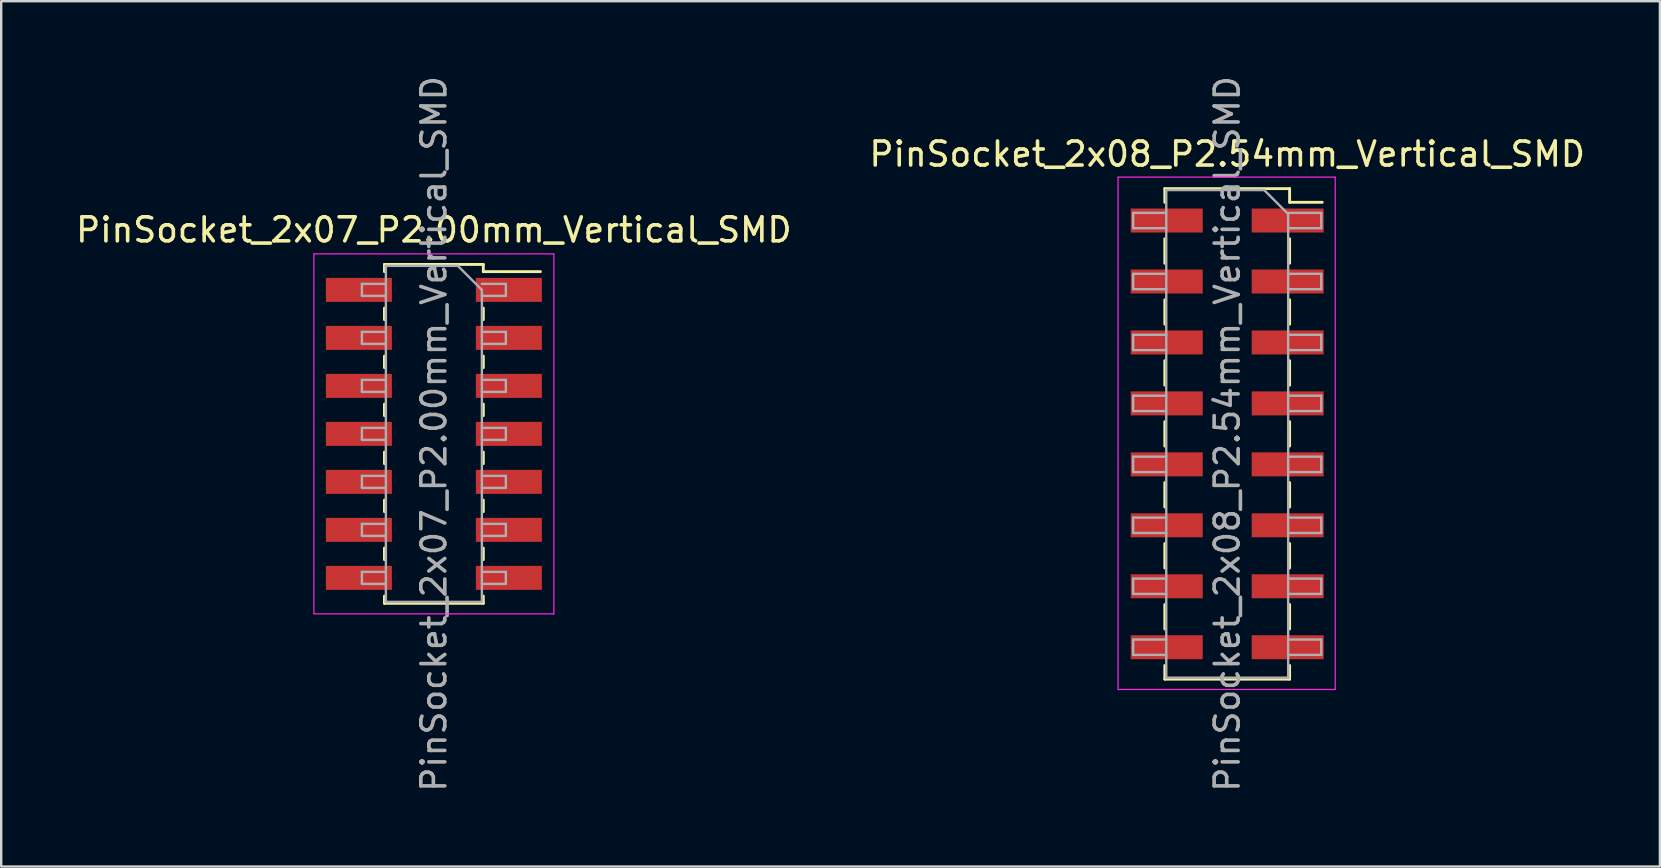
<source format=kicad_pcb>
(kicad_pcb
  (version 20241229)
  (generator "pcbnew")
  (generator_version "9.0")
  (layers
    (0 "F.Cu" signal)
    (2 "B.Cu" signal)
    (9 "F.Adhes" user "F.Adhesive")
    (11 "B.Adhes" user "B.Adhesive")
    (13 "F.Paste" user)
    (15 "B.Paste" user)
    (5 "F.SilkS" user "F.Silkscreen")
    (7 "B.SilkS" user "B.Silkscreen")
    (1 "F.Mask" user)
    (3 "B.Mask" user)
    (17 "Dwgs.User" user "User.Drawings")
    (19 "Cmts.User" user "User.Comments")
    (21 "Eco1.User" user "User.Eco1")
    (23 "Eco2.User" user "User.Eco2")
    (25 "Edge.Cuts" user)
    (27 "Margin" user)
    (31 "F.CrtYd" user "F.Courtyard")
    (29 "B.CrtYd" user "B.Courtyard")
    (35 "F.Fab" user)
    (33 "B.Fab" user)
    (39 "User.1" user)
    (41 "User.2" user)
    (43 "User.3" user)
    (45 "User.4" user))
  (footprint "PinSocket_2x08_P2.54mm_Vertical_SMD"
    (layer "F.Cu")
    (at 48.089 15.03)
    (property "Reference" "PinSocket_2x08_P2.54mm_Vertical_SMD" (at 0 -11.66 0) (layer "F.SilkS") (effects (font (size 1 1) (thickness 0.15))))
    (attr smd)
    (fp_line (start -2.6 -10.22) (end -2.6 -9.65) (stroke (width 0.12) (type solid)) (layer "F.SilkS"))
    (fp_line (start -2.6 -10.22) (end 2.6 -10.22) (stroke (width 0.12) (type solid)) (layer "F.SilkS"))
    (fp_line (start -2.6 -8.13) (end -2.6 -7.11) (stroke (width 0.12) (type solid)) (layer "F.SilkS"))
    (fp_line (start -2.6 -5.59) (end -2.6 -4.57) (stroke (width 0.12) (type solid)) (layer "F.SilkS"))
    (fp_line (start -2.6 -3.05) (end -2.6 -2.03) (stroke (width 0.12) (type solid)) (layer "F.SilkS"))
    (fp_line (start -2.6 -0.51) (end -2.6 0.51) (stroke (width 0.12) (type solid)) (layer "F.SilkS"))
    (fp_line (start -2.6 2.03) (end -2.6 3.05) (stroke (width 0.12) (type solid)) (layer "F.SilkS"))
    (fp_line (start -2.6 4.57) (end -2.6 5.59) (stroke (width 0.12) (type solid)) (layer "F.SilkS"))
    (fp_line (start -2.6 7.11) (end -2.6 8.13) (stroke (width 0.12) (type solid)) (layer "F.SilkS"))
    (fp_line (start -2.6 9.65) (end -2.6 10.22) (stroke (width 0.12) (type solid)) (layer "F.SilkS"))
    (fp_line (start -2.6 10.22) (end 2.6 10.22) (stroke (width 0.12) (type solid)) (layer "F.SilkS"))
    (fp_line (start 2.6 -10.22) (end 2.6 -9.65) (stroke (width 0.12) (type solid)) (layer "F.SilkS"))
    (fp_line (start 2.6 -9.65) (end 3.96 -9.65) (stroke (width 0.12) (type solid)) (layer "F.SilkS"))
    (fp_line (start 2.6 -8.13) (end 2.6 -7.11) (stroke (width 0.12) (type solid)) (layer "F.SilkS"))
    (fp_line (start 2.6 -5.59) (end 2.6 -4.57) (stroke (width 0.12) (type solid)) (layer "F.SilkS"))
    (fp_line (start 2.6 -3.05) (end 2.6 -2.03) (stroke (width 0.12) (type solid)) (layer "F.SilkS"))
    (fp_line (start 2.6 -0.51) (end 2.6 0.51) (stroke (width 0.12) (type solid)) (layer "F.SilkS"))
    (fp_line (start 2.6 2.03) (end 2.6 3.05) (stroke (width 0.12) (type solid)) (layer "F.SilkS"))
    (fp_line (start 2.6 4.57) (end 2.6 5.59) (stroke (width 0.12) (type solid)) (layer "F.SilkS"))
    (fp_line (start 2.6 7.11) (end 2.6 8.13) (stroke (width 0.12) (type solid)) (layer "F.SilkS"))
    (fp_line (start 2.6 9.65) (end 2.6 10.22) (stroke (width 0.12) (type solid)) (layer "F.SilkS"))
    (fp_line (start -4.55 -10.7) (end 4.5 -10.7) (stroke (width 0.05) (type solid)) (layer "F.CrtYd"))
    (fp_line (start -4.55 10.65) (end -4.55 -10.7) (stroke (width 0.05) (type solid)) (layer "F.CrtYd"))
    (fp_line (start 4.5 -10.7) (end 4.5 10.65) (stroke (width 0.05) (type solid)) (layer "F.CrtYd"))
    (fp_line (start 4.5 10.65) (end -4.55 10.65) (stroke (width 0.05) (type solid)) (layer "F.CrtYd"))
    (fp_line (start -3.92 -9.21) (end -2.54 -9.21) (stroke (width 0.1) (type solid)) (layer "F.Fab"))
    (fp_line (start -3.92 -8.57) (end -3.92 -9.21) (stroke (width 0.1) (type solid)) (layer "F.Fab"))
    (fp_line (start -3.92 -6.67) (end -2.54 -6.67) (stroke (width 0.1) (type solid)) (layer "F.Fab"))
    (fp_line (start -3.92 -6.03) (end -3.92 -6.67) (stroke (width 0.1) (type solid)) (layer "F.Fab"))
    (fp_line (start -3.92 -4.13) (end -2.54 -4.13) (stroke (width 0.1) (type solid)) (layer "F.Fab"))
    (fp_line (start -3.92 -3.49) (end -3.92 -4.13) (stroke (width 0.1) (type solid)) (layer "F.Fab"))
    (fp_line (start -3.92 -1.59) (end -2.54 -1.59) (stroke (width 0.1) (type solid)) (layer "F.Fab"))
    (fp_line (start -3.92 -0.95) (end -3.92 -1.59) (stroke (width 0.1) (type solid)) (layer "F.Fab"))
    (fp_line (start -3.92 0.95) (end -2.54 0.95) (stroke (width 0.1) (type solid)) (layer "F.Fab"))
    (fp_line (start -3.92 1.59) (end -3.92 0.95) (stroke (width 0.1) (type solid)) (layer "F.Fab"))
    (fp_line (start -3.92 3.49) (end -2.54 3.49) (stroke (width 0.1) (type solid)) (layer "F.Fab"))
    (fp_line (start -3.92 4.13) (end -3.92 3.49) (stroke (width 0.1) (type solid)) (layer "F.Fab"))
    (fp_line (start -3.92 6.03) (end -2.54 6.03) (stroke (width 0.1) (type solid)) (layer "F.Fab"))
    (fp_line (start -3.92 6.67) (end -3.92 6.03) (stroke (width 0.1) (type solid)) (layer "F.Fab"))
    (fp_line (start -3.92 8.57) (end -2.54 8.57) (stroke (width 0.1) (type solid)) (layer "F.Fab"))
    (fp_line (start -3.92 9.21) (end -3.92 8.57) (stroke (width 0.1) (type solid)) (layer "F.Fab"))
    (fp_line (start -2.54 -10.16) (end 1.54 -10.16) (stroke (width 0.1) (type solid)) (layer "F.Fab"))
    (fp_line (start -2.54 -8.57) (end -3.92 -8.57) (stroke (width 0.1) (type solid)) (layer "F.Fab"))
    (fp_line (start -2.54 -6.03) (end -3.92 -6.03) (stroke (width 0.1) (type solid)) (layer "F.Fab"))
    (fp_line (start -2.54 -3.49) (end -3.92 -3.49) (stroke (width 0.1) (type solid)) (layer "F.Fab"))
    (fp_line (start -2.54 -0.95) (end -3.92 -0.95) (stroke (width 0.1) (type solid)) (layer "F.Fab"))
    (fp_line (start -2.54 1.59) (end -3.92 1.59) (stroke (width 0.1) (type solid)) (layer "F.Fab"))
    (fp_line (start -2.54 4.13) (end -3.92 4.13) (stroke (width 0.1) (type solid)) (layer "F.Fab"))
    (fp_line (start -2.54 6.67) (end -3.92 6.67) (stroke (width 0.1) (type solid)) (layer "F.Fab"))
    (fp_line (start -2.54 9.21) (end -3.92 9.21) (stroke (width 0.1) (type solid)) (layer "F.Fab"))
    (fp_line (start -2.54 10.16) (end -2.54 -10.16) (stroke (width 0.1) (type solid)) (layer "F.Fab"))
    (fp_line (start 1.54 -10.16) (end 2.54 -9.16) (stroke (width 0.1) (type solid)) (layer "F.Fab"))
    (fp_line (start 2.54 -9.21) (end 3.92 -9.21) (stroke (width 0.1) (type solid)) (layer "F.Fab"))
    (fp_line (start 2.54 -9.16) (end 2.54 10.16) (stroke (width 0.1) (type solid)) (layer "F.Fab"))
    (fp_line (start 2.54 -6.67) (end 3.92 -6.67) (stroke (width 0.1) (type solid)) (layer "F.Fab"))
    (fp_line (start 2.54 -4.13) (end 3.92 -4.13) (stroke (width 0.1) (type solid)) (layer "F.Fab"))
    (fp_line (start 2.54 -1.59) (end 3.92 -1.59) (stroke (width 0.1) (type solid)) (layer "F.Fab"))
    (fp_line (start 2.54 0.95) (end 3.92 0.95) (stroke (width 0.1) (type solid)) (layer "F.Fab"))
    (fp_line (start 2.54 3.49) (end 3.92 3.49) (stroke (width 0.1) (type solid)) (layer "F.Fab"))
    (fp_line (start 2.54 6.03) (end 3.92 6.03) (stroke (width 0.1) (type solid)) (layer "F.Fab"))
    (fp_line (start 2.54 8.57) (end 3.92 8.57) (stroke (width 0.1) (type solid)) (layer "F.Fab"))
    (fp_line (start 2.54 10.16) (end -2.54 10.16) (stroke (width 0.1) (type solid)) (layer "F.Fab"))
    (fp_line (start 3.92 -9.21) (end 3.92 -8.57) (stroke (width 0.1) (type solid)) (layer "F.Fab"))
    (fp_line (start 3.92 -8.57) (end 2.54 -8.57) (stroke (width 0.1) (type solid)) (layer "F.Fab"))
    (fp_line (start 3.92 -6.67) (end 3.92 -6.03) (stroke (width 0.1) (type solid)) (layer "F.Fab"))
    (fp_line (start 3.92 -6.03) (end 2.54 -6.03) (stroke (width 0.1) (type solid)) (layer "F.Fab"))
    (fp_line (start 3.92 -4.13) (end 3.92 -3.49) (stroke (width 0.1) (type solid)) (layer "F.Fab"))
    (fp_line (start 3.92 -3.49) (end 2.54 -3.49) (stroke (width 0.1) (type solid)) (layer "F.Fab"))
    (fp_line (start 3.92 -1.59) (end 3.92 -0.95) (stroke (width 0.1) (type solid)) (layer "F.Fab"))
    (fp_line (start 3.92 -0.95) (end 2.54 -0.95) (stroke (width 0.1) (type solid)) (layer "F.Fab"))
    (fp_line (start 3.92 0.95) (end 3.92 1.59) (stroke (width 0.1) (type solid)) (layer "F.Fab"))
    (fp_line (start 3.92 1.59) (end 2.54 1.59) (stroke (width 0.1) (type solid)) (layer "F.Fab"))
    (fp_line (start 3.92 3.49) (end 3.92 4.13) (stroke (width 0.1) (type solid)) (layer "F.Fab"))
    (fp_line (start 3.92 4.13) (end 2.54 4.13) (stroke (width 0.1) (type solid)) (layer "F.Fab"))
    (fp_line (start 3.92 6.03) (end 3.92 6.67) (stroke (width 0.1) (type solid)) (layer "F.Fab"))
    (fp_line (start 3.92 6.67) (end 2.54 6.67) (stroke (width 0.1) (type solid)) (layer "F.Fab"))
    (fp_line (start 3.92 8.57) (end 3.92 9.21) (stroke (width 0.1) (type solid)) (layer "F.Fab"))
    (fp_line (start 3.92 9.21) (end 2.54 9.21) (stroke (width 0.1) (type solid)) (layer "F.Fab"))
    (fp_text user "${REFERENCE}" (at 0 0 90) (layer "F.Fab") (effects (font (size 1 1) (thickness 0.15))))
    (pad "1" smd rect (at 2.52 -8.89) (size 3 1) (layers "F.Cu" "F.Mask" "F.Paste"))
    (pad "2" smd rect (at -2.52 -8.89) (size 3 1) (layers "F.Cu" "F.Mask" "F.Paste"))
    (pad "3" smd rect (at 2.52 -6.35) (size 3 1) (layers "F.Cu" "F.Mask" "F.Paste"))
    (pad "4" smd rect (at -2.52 -6.35) (size 3 1) (layers "F.Cu" "F.Mask" "F.Paste"))
    (pad "5" smd rect (at 2.52 -3.81) (size 3 1) (layers "F.Cu" "F.Mask" "F.Paste"))
    (pad "6" smd rect (at -2.52 -3.81) (size 3 1) (layers "F.Cu" "F.Mask" "F.Paste"))
    (pad "7" smd rect (at 2.52 -1.27) (size 3 1) (layers "F.Cu" "F.Mask" "F.Paste"))
    (pad "8" smd rect (at -2.52 -1.27) (size 3 1) (layers "F.Cu" "F.Mask" "F.Paste"))
    (pad "9" smd rect (at 2.52 1.27) (size 3 1) (layers "F.Cu" "F.Mask" "F.Paste"))
    (pad "10" smd rect (at -2.52 1.27) (size 3 1) (layers "F.Cu" "F.Mask" "F.Paste"))
    (pad "11" smd rect (at 2.52 3.81) (size 3 1) (layers "F.Cu" "F.Mask" "F.Paste"))
    (pad "12" smd rect (at -2.52 3.81) (size 3 1) (layers "F.Cu" "F.Mask" "F.Paste"))
    (pad "13" smd rect (at 2.52 6.35) (size 3 1) (layers "F.Cu" "F.Mask" "F.Paste"))
    (pad "14" smd rect (at -2.52 6.35) (size 3 1) (layers "F.Cu" "F.Mask" "F.Paste"))
    (pad "15" smd rect (at 2.52 8.89) (size 3 1) (layers "F.Cu" "F.Mask" "F.Paste"))
    (pad "16" smd rect (at -2.52 8.89) (size 3 1) (layers "F.Cu" "F.Mask" "F.Paste")))
  (footprint "PinSocket_2x07_P2.00mm_Vertical_SMD"
    (layer "F.Cu")
    (at 15.03 15.03)
    (property "Reference" "PinSocket_2x07_P2.00mm_Vertical_SMD" (at 0 -8.5 0) (layer "F.SilkS") (effects (font (size 1 1) (thickness 0.15))))
    (attr smd)
    (fp_line (start -2.06 -7.06) (end -2.06 -6.76) (stroke (width 0.12) (type solid)) (layer "F.SilkS"))
    (fp_line (start -2.06 -7.06) (end 2.06 -7.06) (stroke (width 0.12) (type solid)) (layer "F.SilkS"))
    (fp_line (start -2.06 -5.24) (end -2.06 -4.76) (stroke (width 0.12) (type solid)) (layer "F.SilkS"))
    (fp_line (start -2.06 -3.24) (end -2.06 -2.76) (stroke (width 0.12) (type solid)) (layer "F.SilkS"))
    (fp_line (start -2.06 -1.24) (end -2.06 -0.76) (stroke (width 0.12) (type solid)) (layer "F.SilkS"))
    (fp_line (start -2.06 0.76) (end -2.06 1.24) (stroke (width 0.12) (type solid)) (layer "F.SilkS"))
    (fp_line (start -2.06 2.76) (end -2.06 3.24) (stroke (width 0.12) (type solid)) (layer "F.SilkS"))
    (fp_line (start -2.06 4.76) (end -2.06 5.24) (stroke (width 0.12) (type solid)) (layer "F.SilkS"))
    (fp_line (start -2.06 6.76) (end -2.06 7.06) (stroke (width 0.12) (type solid)) (layer "F.SilkS"))
    (fp_line (start -2.06 7.06) (end 2.06 7.06) (stroke (width 0.12) (type solid)) (layer "F.SilkS"))
    (fp_line (start 2.06 -7.06) (end 2.06 -6.76) (stroke (width 0.12) (type solid)) (layer "F.SilkS"))
    (fp_line (start 2.06 -6.76) (end 4.44 -6.76) (stroke (width 0.12) (type solid)) (layer "F.SilkS"))
    (fp_line (start 2.06 -5.24) (end 2.06 -4.76) (stroke (width 0.12) (type solid)) (layer "F.SilkS"))
    (fp_line (start 2.06 -3.24) (end 2.06 -2.76) (stroke (width 0.12) (type solid)) (layer "F.SilkS"))
    (fp_line (start 2.06 -1.24) (end 2.06 -0.76) (stroke (width 0.12) (type solid)) (layer "F.SilkS"))
    (fp_line (start 2.06 0.76) (end 2.06 1.24) (stroke (width 0.12) (type solid)) (layer "F.SilkS"))
    (fp_line (start 2.06 2.76) (end 2.06 3.24) (stroke (width 0.12) (type solid)) (layer "F.SilkS"))
    (fp_line (start 2.06 4.76) (end 2.06 5.24) (stroke (width 0.12) (type solid)) (layer "F.SilkS"))
    (fp_line (start 2.06 6.76) (end 2.06 7.06) (stroke (width 0.12) (type solid)) (layer "F.SilkS"))
    (fp_line (start -5 -7.5) (end 5 -7.5) (stroke (width 0.05) (type solid)) (layer "F.CrtYd"))
    (fp_line (start -5 7.5) (end -5 -7.5) (stroke (width 0.05) (type solid)) (layer "F.CrtYd"))
    (fp_line (start 5 -7.5) (end 5 7.5) (stroke (width 0.05) (type solid)) (layer "F.CrtYd"))
    (fp_line (start 5 7.5) (end -5 7.5) (stroke (width 0.05) (type solid)) (layer "F.CrtYd"))
    (fp_line (start -3 -6.25) (end -2 -6.25) (stroke (width 0.1) (type solid)) (layer "F.Fab"))
    (fp_line (start -3 -5.75) (end -3 -6.25) (stroke (width 0.1) (type solid)) (layer "F.Fab"))
    (fp_line (start -3 -4.25) (end -2 -4.25) (stroke (width 0.1) (type solid)) (layer "F.Fab"))
    (fp_line (start -3 -3.75) (end -3 -4.25) (stroke (width 0.1) (type solid)) (layer "F.Fab"))
    (fp_line (start -3 -2.25) (end -2 -2.25) (stroke (width 0.1) (type solid)) (layer "F.Fab"))
    (fp_line (start -3 -1.75) (end -3 -2.25) (stroke (width 0.1) (type solid)) (layer "F.Fab"))
    (fp_line (start -3 -0.25) (end -2 -0.25) (stroke (width 0.1) (type solid)) (layer "F.Fab"))
    (fp_line (start -3 0.25) (end -3 -0.25) (stroke (width 0.1) (type solid)) (layer "F.Fab"))
    (fp_line (start -3 1.75) (end -2 1.75) (stroke (width 0.1) (type solid)) (layer "F.Fab"))
    (fp_line (start -3 2.25) (end -3 1.75) (stroke (width 0.1) (type solid)) (layer "F.Fab"))
    (fp_line (start -3 3.75) (end -2 3.75) (stroke (width 0.1) (type solid)) (layer "F.Fab"))
    (fp_line (start -3 4.25) (end -3 3.75) (stroke (width 0.1) (type solid)) (layer "F.Fab"))
    (fp_line (start -3 5.75) (end -2 5.75) (stroke (width 0.1) (type solid)) (layer "F.Fab"))
    (fp_line (start -3 6.25) (end -3 5.75) (stroke (width 0.1) (type solid)) (layer "F.Fab"))
    (fp_line (start -2 -7) (end 1 -7) (stroke (width 0.1) (type solid)) (layer "F.Fab"))
    (fp_line (start -2 -5.75) (end -3 -5.75) (stroke (width 0.1) (type solid)) (layer "F.Fab"))
    (fp_line (start -2 -3.75) (end -3 -3.75) (stroke (width 0.1) (type solid)) (layer "F.Fab"))
    (fp_line (start -2 -1.75) (end -3 -1.75) (stroke (width 0.1) (type solid)) (layer "F.Fab"))
    (fp_line (start -2 0.25) (end -3 0.25) (stroke (width 0.1) (type solid)) (layer "F.Fab"))
    (fp_line (start -2 2.25) (end -3 2.25) (stroke (width 0.1) (type solid)) (layer "F.Fab"))
    (fp_line (start -2 4.25) (end -3 4.25) (stroke (width 0.1) (type solid)) (layer "F.Fab"))
    (fp_line (start -2 6.25) (end -3 6.25) (stroke (width 0.1) (type solid)) (layer "F.Fab"))
    (fp_line (start -2 7) (end -2 -7) (stroke (width 0.1) (type solid)) (layer "F.Fab"))
    (fp_line (start 1 -7) (end 2 -6) (stroke (width 0.1) (type solid)) (layer "F.Fab"))
    (fp_line (start 2 -6.25) (end 3 -6.25) (stroke (width 0.1) (type solid)) (layer "F.Fab"))
    (fp_line (start 2 -6) (end 2 7) (stroke (width 0.1) (type solid)) (layer "F.Fab"))
    (fp_line (start 2 -4.25) (end 3 -4.25) (stroke (width 0.1) (type solid)) (layer "F.Fab"))
    (fp_line (start 2 -2.25) (end 3 -2.25) (stroke (width 0.1) (type solid)) (layer "F.Fab"))
    (fp_line (start 2 -0.25) (end 3 -0.25) (stroke (width 0.1) (type solid)) (layer "F.Fab"))
    (fp_line (start 2 1.75) (end 3 1.75) (stroke (width 0.1) (type solid)) (layer "F.Fab"))
    (fp_line (start 2 3.75) (end 3 3.75) (stroke (width 0.1) (type solid)) (layer "F.Fab"))
    (fp_line (start 2 5.75) (end 3 5.75) (stroke (width 0.1) (type solid)) (layer "F.Fab"))
    (fp_line (start 2 7) (end -2 7) (stroke (width 0.1) (type solid)) (layer "F.Fab"))
    (fp_line (start 3 -6.25) (end 3 -5.75) (stroke (width 0.1) (type solid)) (layer "F.Fab"))
    (fp_line (start 3 -5.75) (end 2 -5.75) (stroke (width 0.1) (type solid)) (layer "F.Fab"))
    (fp_line (start 3 -4.25) (end 3 -3.75) (stroke (width 0.1) (type solid)) (layer "F.Fab"))
    (fp_line (start 3 -3.75) (end 2 -3.75) (stroke (width 0.1) (type solid)) (layer "F.Fab"))
    (fp_line (start 3 -2.25) (end 3 -1.75) (stroke (width 0.1) (type solid)) (layer "F.Fab"))
    (fp_line (start 3 -1.75) (end 2 -1.75) (stroke (width 0.1) (type solid)) (layer "F.Fab"))
    (fp_line (start 3 -0.25) (end 3 0.25) (stroke (width 0.1) (type solid)) (layer "F.Fab"))
    (fp_line (start 3 0.25) (end 2 0.25) (stroke (width 0.1) (type solid)) (layer "F.Fab"))
    (fp_line (start 3 1.75) (end 3 2.25) (stroke (width 0.1) (type solid)) (layer "F.Fab"))
    (fp_line (start 3 2.25) (end 2 2.25) (stroke (width 0.1) (type solid)) (layer "F.Fab"))
    (fp_line (start 3 3.75) (end 3 4.25) (stroke (width 0.1) (type solid)) (layer "F.Fab"))
    (fp_line (start 3 4.25) (end 2 4.25) (stroke (width 0.1) (type solid)) (layer "F.Fab"))
    (fp_line (start 3 5.75) (end 3 6.25) (stroke (width 0.1) (type solid)) (layer "F.Fab"))
    (fp_line (start 3 6.25) (end 2 6.25) (stroke (width 0.1) (type solid)) (layer "F.Fab"))
    (fp_text user "${REFERENCE}" (at 0 0 90) (layer "F.Fab") (effects (font (size 1 1) (thickness 0.15))))
    (pad "1" smd rect (at 3.125 -6) (size 2.75 1) (layers "F.Cu" "F.Mask" "F.Paste"))
    (pad "2" smd rect (at -3.125 -6) (size 2.75 1) (layers "F.Cu" "F.Mask" "F.Paste"))
    (pad "3" smd rect (at 3.125 -4) (size 2.75 1) (layers "F.Cu" "F.Mask" "F.Paste"))
    (pad "4" smd rect (at -3.125 -4) (size 2.75 1) (layers "F.Cu" "F.Mask" "F.Paste"))
    (pad "5" smd rect (at 3.125 -2) (size 2.75 1) (layers "F.Cu" "F.Mask" "F.Paste"))
    (pad "6" smd rect (at -3.125 -2) (size 2.75 1) (layers "F.Cu" "F.Mask" "F.Paste"))
    (pad "7" smd rect (at 3.125 0) (size 2.75 1) (layers "F.Cu" "F.Mask" "F.Paste"))
    (pad "8" smd rect (at -3.125 0) (size 2.75 1) (layers "F.Cu" "F.Mask" "F.Paste"))
    (pad "9" smd rect (at 3.125 2) (size 2.75 1) (layers "F.Cu" "F.Mask" "F.Paste"))
    (pad "10" smd rect (at -3.125 2) (size 2.75 1) (layers "F.Cu" "F.Mask" "F.Paste"))
    (pad "11" smd rect (at 3.125 4) (size 2.75 1) (layers "F.Cu" "F.Mask" "F.Paste"))
    (pad "12" smd rect (at -3.125 4) (size 2.75 1) (layers "F.Cu" "F.Mask" "F.Paste"))
    (pad "13" smd rect (at 3.125 6) (size 2.75 1) (layers "F.Cu" "F.Mask" "F.Paste"))
    (pad "14" smd rect (at -3.125 6) (size 2.75 1) (layers "F.Cu" "F.Mask" "F.Paste")))
  (gr_rect
    (start -3 -3)
    (end 66.119 33.06)
    (stroke (width 0.1) (type default))
    (fill no)
    (layer "Edge.Cuts")))
</source>
